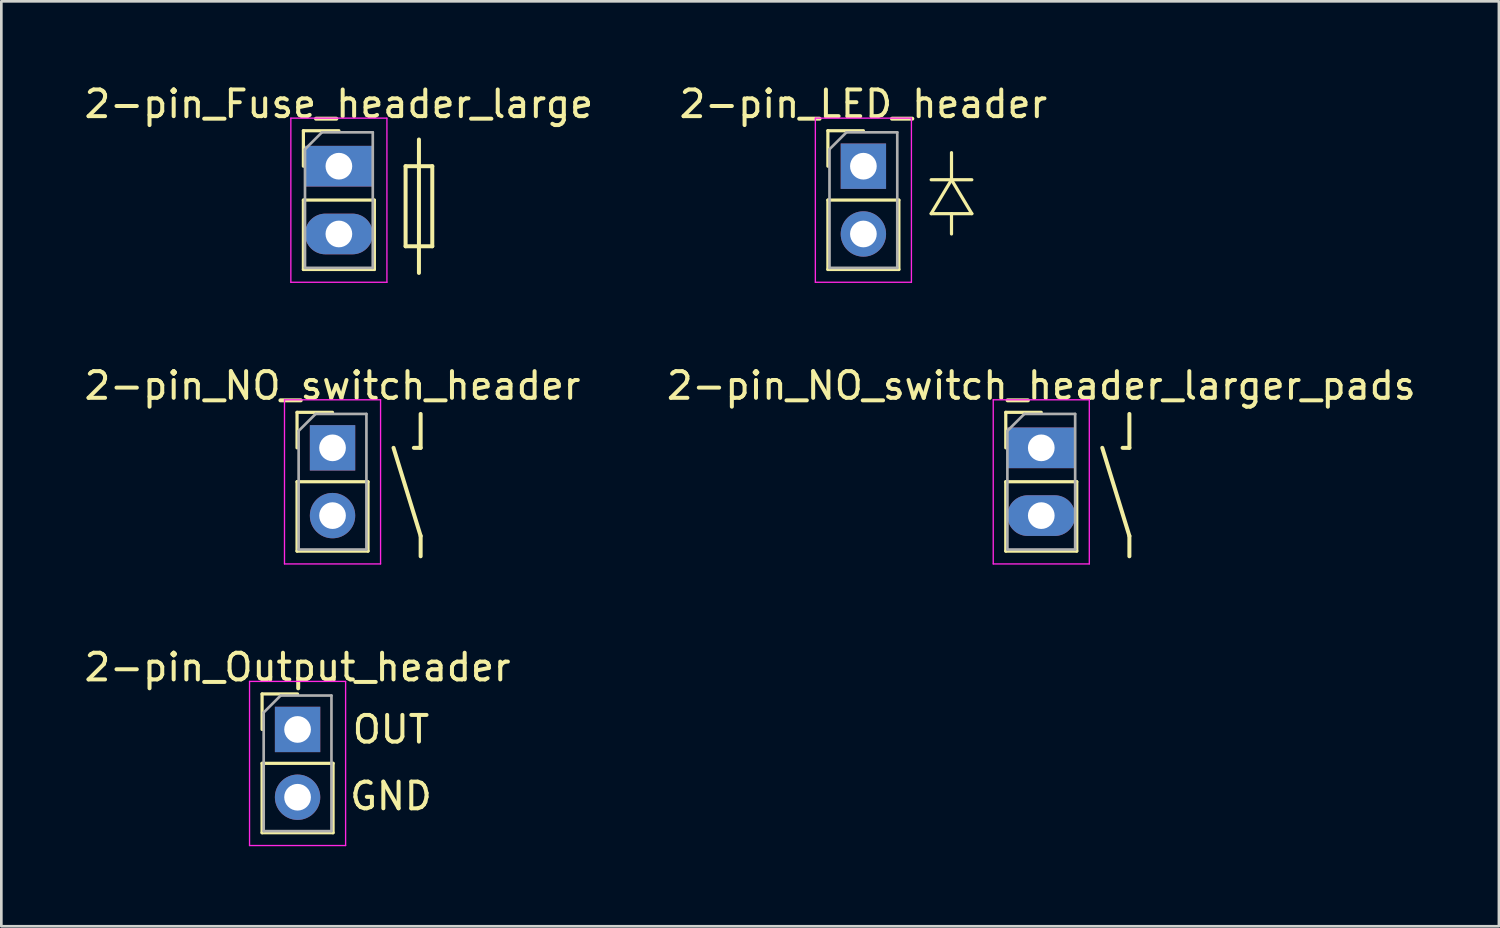
<source format=kicad_pcb>
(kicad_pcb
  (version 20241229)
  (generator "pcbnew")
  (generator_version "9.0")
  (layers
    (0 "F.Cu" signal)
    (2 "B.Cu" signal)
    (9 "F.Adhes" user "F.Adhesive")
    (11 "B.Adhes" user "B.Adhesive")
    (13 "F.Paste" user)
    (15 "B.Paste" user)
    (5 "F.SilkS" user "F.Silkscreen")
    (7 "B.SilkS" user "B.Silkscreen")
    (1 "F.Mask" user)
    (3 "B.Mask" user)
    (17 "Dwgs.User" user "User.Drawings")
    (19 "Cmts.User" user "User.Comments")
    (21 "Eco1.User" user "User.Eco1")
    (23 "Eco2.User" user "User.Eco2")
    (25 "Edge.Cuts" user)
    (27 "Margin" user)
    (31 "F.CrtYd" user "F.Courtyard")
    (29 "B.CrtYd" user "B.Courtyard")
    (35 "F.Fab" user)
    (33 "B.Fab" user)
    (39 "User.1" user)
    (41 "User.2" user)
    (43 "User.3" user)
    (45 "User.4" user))
  (footprint "2-pin_LED_header"
    (layer "F.Cu")
    (at 29.304 3.178)
    (property "Reference" "2-pin_LED_header" (at 0 -2.33 0) (layer "F.SilkS") (effects (font (size 1 1) (thickness 0.15))))
    (attr through_hole)
    (fp_line (start -1.33 -1.33) (end 0 -1.33) (stroke (width 0.12) (type solid)) (layer "F.SilkS"))
    (fp_line (start -1.33 0) (end -1.33 -1.33) (stroke (width 0.12) (type solid)) (layer "F.SilkS"))
    (fp_line (start -1.33 1.27) (end -1.33 3.87) (stroke (width 0.12) (type solid)) (layer "F.SilkS"))
    (fp_line (start -1.33 1.27) (end 1.33 1.27) (stroke (width 0.12) (type solid)) (layer "F.SilkS"))
    (fp_line (start -1.33 3.87) (end 1.33 3.87) (stroke (width 0.12) (type solid)) (layer "F.SilkS"))
    (fp_line (start 1.33 1.27) (end 1.33 3.87) (stroke (width 0.12) (type solid)) (layer "F.SilkS"))
    (fp_line (start 2.54 1.778) (end 3.302 0.508) (stroke (width 0.12) (type solid)) (layer "F.SilkS"))
    (fp_line (start 3.302 0.508) (end 3.302 -0.508) (stroke (width 0.12) (type solid)) (layer "F.SilkS"))
    (fp_line (start 3.302 0.508) (end 4.064 1.778) (stroke (width 0.12) (type solid)) (layer "F.SilkS"))
    (fp_line (start 3.302 1.778) (end 3.302 2.54) (stroke (width 0.12) (type solid)) (layer "F.SilkS"))
    (fp_line (start 4.064 0.508) (end 2.54 0.508) (stroke (width 0.12) (type solid)) (layer "F.SilkS"))
    (fp_line (start 4.064 1.778) (end 2.54 1.778) (stroke (width 0.12) (type solid)) (layer "F.SilkS"))
    (fp_line (start -1.8 -1.8) (end -1.8 4.35) (stroke (width 0.05) (type solid)) (layer "F.CrtYd"))
    (fp_line (start -1.8 4.35) (end 1.8 4.35) (stroke (width 0.05) (type solid)) (layer "F.CrtYd"))
    (fp_line (start 1.8 -1.8) (end -1.8 -1.8) (stroke (width 0.05) (type solid)) (layer "F.CrtYd"))
    (fp_line (start 1.8 4.35) (end 1.8 -1.8) (stroke (width 0.05) (type solid)) (layer "F.CrtYd"))
    (fp_line (start -1.27 -0.635) (end -0.635 -1.27) (stroke (width 0.1) (type solid)) (layer "F.Fab"))
    (fp_line (start -1.27 3.81) (end -1.27 -0.635) (stroke (width 0.1) (type solid)) (layer "F.Fab"))
    (fp_line (start -0.635 -1.27) (end 1.27 -1.27) (stroke (width 0.1) (type solid)) (layer "F.Fab"))
    (fp_line (start 1.27 -1.27) (end 1.27 3.81) (stroke (width 0.1) (type solid)) (layer "F.Fab"))
    (fp_line (start 1.27 3.81) (end -1.27 3.81) (stroke (width 0.1) (type solid)) (layer "F.Fab"))
    (pad "1" thru_hole rect (at 0 0) (size 1.7 1.7) (drill 1) (layers "*.Cu" "*.Mask"))
    (pad "2" thru_hole oval (at 0 2.54) (size 1.7 1.7) (drill 1) (layers "*.Cu" "*.Mask")))
  (footprint "2-pin_Fuse_header_large"
    (layer "F.Cu")
    (at 9.649 3.178)
    (property "Reference" "2-pin_Fuse_header_large" (at 0 -2.33 0) (layer "F.SilkS") (effects (font (size 1 1) (thickness 0.15))))
    (attr through_hole)
    (fp_line (start -1.33 -1.33) (end 0 -1.33) (stroke (width 0.12) (type solid)) (layer "F.SilkS"))
    (fp_line (start -1.33 0) (end -1.33 -1.33) (stroke (width 0.12) (type solid)) (layer "F.SilkS"))
    (fp_line (start -1.33 1.27) (end -1.33 3.87) (stroke (width 0.12) (type solid)) (layer "F.SilkS"))
    (fp_line (start -1.33 1.27) (end 1.33 1.27) (stroke (width 0.12) (type solid)) (layer "F.SilkS"))
    (fp_line (start -1.33 3.87) (end 1.33 3.87) (stroke (width 0.12) (type solid)) (layer "F.SilkS"))
    (fp_line (start 1.33 1.27) (end 1.33 3.87) (stroke (width 0.12) (type solid)) (layer "F.SilkS"))
    (fp_line (start 2.5 0) (end 2.5 3) (stroke (width 0.15) (type solid)) (layer "F.SilkS"))
    (fp_line (start 2.5 3) (end 3.5 3) (stroke (width 0.15) (type solid)) (layer "F.SilkS"))
    (fp_line (start 3 -1) (end 3 4) (stroke (width 0.15) (type solid)) (layer "F.SilkS"))
    (fp_line (start 3.5 0) (end 2.5 0) (stroke (width 0.15) (type solid)) (layer "F.SilkS"))
    (fp_line (start 3.5 3) (end 3.5 0) (stroke (width 0.15) (type solid)) (layer "F.SilkS"))
    (fp_line (start -1.8 -1.8) (end -1.8 4.35) (stroke (width 0.05) (type solid)) (layer "F.CrtYd"))
    (fp_line (start -1.8 4.35) (end 1.8 4.35) (stroke (width 0.05) (type solid)) (layer "F.CrtYd"))
    (fp_line (start 1.8 -1.8) (end -1.8 -1.8) (stroke (width 0.05) (type solid)) (layer "F.CrtYd"))
    (fp_line (start 1.8 4.35) (end 1.8 -1.8) (stroke (width 0.05) (type solid)) (layer "F.CrtYd"))
    (fp_line (start -1.27 -0.635) (end -0.635 -1.27) (stroke (width 0.1) (type solid)) (layer "F.Fab"))
    (fp_line (start -1.27 3.81) (end -1.27 -0.635) (stroke (width 0.1) (type solid)) (layer "F.Fab"))
    (fp_line (start -0.635 -1.27) (end 1.27 -1.27) (stroke (width 0.1) (type solid)) (layer "F.Fab"))
    (fp_line (start 1.27 -1.27) (end 1.27 3.81) (stroke (width 0.1) (type solid)) (layer "F.Fab"))
    (fp_line (start 1.27 3.81) (end -1.27 3.81) (stroke (width 0.1) (type solid)) (layer "F.Fab"))
    (pad "1" thru_hole rect (at 0 0) (size 2.54 1.524) (drill 1) (layers "*.Cu" "*.Mask"))
    (pad "2" thru_hole oval (at 0 2.54) (size 2.54 1.524) (drill 1) (layers "*.Cu" "*.Mask")))
  (footprint "2-pin_NO_switch_header"
    (layer "F.Cu")
    (at 9.411 13.732)
    (property "Reference" "2-pin_NO_switch_header" (at 0 -2.33 0) (layer "F.SilkS") (effects (font (size 1 1) (thickness 0.15))))
    (attr through_hole)
    (fp_line (start -1.33 -1.33) (end 0 -1.33) (stroke (width 0.12) (type solid)) (layer "F.SilkS"))
    (fp_line (start -1.33 0) (end -1.33 -1.33) (stroke (width 0.12) (type solid)) (layer "F.SilkS"))
    (fp_line (start -1.33 1.27) (end -1.33 3.87) (stroke (width 0.12) (type solid)) (layer "F.SilkS"))
    (fp_line (start -1.33 1.27) (end 1.33 1.27) (stroke (width 0.12) (type solid)) (layer "F.SilkS"))
    (fp_line (start -1.33 3.87) (end 1.33 3.87) (stroke (width 0.12) (type solid)) (layer "F.SilkS"))
    (fp_line (start 1.33 1.27) (end 1.33 3.87) (stroke (width 0.12) (type solid)) (layer "F.SilkS"))
    (fp_line (start 3.048 0) (end 3.302 0) (stroke (width 0.15) (type solid)) (layer "F.SilkS"))
    (fp_line (start 3.302 0) (end 3.302 -1.27) (stroke (width 0.15) (type solid)) (layer "F.SilkS"))
    (fp_line (start 3.302 3.302) (end 2.286 0) (stroke (width 0.15) (type solid)) (layer "F.SilkS"))
    (fp_line (start 3.302 4.064) (end 3.302 3.302) (stroke (width 0.15) (type solid)) (layer "F.SilkS"))
    (fp_line (start -1.8 -1.8) (end -1.8 4.35) (stroke (width 0.05) (type solid)) (layer "F.CrtYd"))
    (fp_line (start -1.8 4.35) (end 1.8 4.35) (stroke (width 0.05) (type solid)) (layer "F.CrtYd"))
    (fp_line (start 1.8 -1.8) (end -1.8 -1.8) (stroke (width 0.05) (type solid)) (layer "F.CrtYd"))
    (fp_line (start 1.8 4.35) (end 1.8 -1.8) (stroke (width 0.05) (type solid)) (layer "F.CrtYd"))
    (fp_line (start -1.27 -0.635) (end -0.635 -1.27) (stroke (width 0.1) (type solid)) (layer "F.Fab"))
    (fp_line (start -1.27 3.81) (end -1.27 -0.635) (stroke (width 0.1) (type solid)) (layer "F.Fab"))
    (fp_line (start -0.635 -1.27) (end 1.27 -1.27) (stroke (width 0.1) (type solid)) (layer "F.Fab"))
    (fp_line (start 1.27 -1.27) (end 1.27 3.81) (stroke (width 0.1) (type solid)) (layer "F.Fab"))
    (fp_line (start 1.27 3.81) (end -1.27 3.81) (stroke (width 0.1) (type solid)) (layer "F.Fab"))
    (pad "1" thru_hole rect (at 0 0) (size 1.7 1.7) (drill 1) (layers "*.Cu" "*.Mask"))
    (pad "2" thru_hole oval (at 0 2.54) (size 1.7 1.7) (drill 1) (layers "*.Cu" "*.Mask")))
  (footprint "2-pin_NO_switch_header_larger_pads"
    (layer "F.Cu")
    (at 35.97 13.732)
    (property "Reference" "2-pin_NO_switch_header_larger_pads" (at 0 -2.33 0) (layer "F.SilkS") (effects (font (size 1 1) (thickness 0.15))))
    (attr through_hole)
    (fp_line (start -1.33 -1.33) (end 0 -1.33) (stroke (width 0.12) (type solid)) (layer "F.SilkS"))
    (fp_line (start -1.33 0) (end -1.33 -1.33) (stroke (width 0.12) (type solid)) (layer "F.SilkS"))
    (fp_line (start -1.33 1.27) (end -1.33 3.87) (stroke (width 0.12) (type solid)) (layer "F.SilkS"))
    (fp_line (start -1.33 1.27) (end 1.33 1.27) (stroke (width 0.12) (type solid)) (layer "F.SilkS"))
    (fp_line (start -1.33 3.87) (end 1.33 3.87) (stroke (width 0.12) (type solid)) (layer "F.SilkS"))
    (fp_line (start 1.33 1.27) (end 1.33 3.87) (stroke (width 0.12) (type solid)) (layer "F.SilkS"))
    (fp_line (start 3.048 0) (end 3.302 0) (stroke (width 0.15) (type solid)) (layer "F.SilkS"))
    (fp_line (start 3.302 0) (end 3.302 -1.27) (stroke (width 0.15) (type solid)) (layer "F.SilkS"))
    (fp_line (start 3.302 3.302) (end 2.286 0) (stroke (width 0.15) (type solid)) (layer "F.SilkS"))
    (fp_line (start 3.302 4.064) (end 3.302 3.302) (stroke (width 0.15) (type solid)) (layer "F.SilkS"))
    (fp_line (start -1.8 -1.8) (end -1.8 4.35) (stroke (width 0.05) (type solid)) (layer "F.CrtYd"))
    (fp_line (start -1.8 4.35) (end 1.8 4.35) (stroke (width 0.05) (type solid)) (layer "F.CrtYd"))
    (fp_line (start 1.8 -1.8) (end -1.8 -1.8) (stroke (width 0.05) (type solid)) (layer "F.CrtYd"))
    (fp_line (start 1.8 4.35) (end 1.8 -1.8) (stroke (width 0.05) (type solid)) (layer "F.CrtYd"))
    (fp_line (start -1.27 -0.635) (end -0.635 -1.27) (stroke (width 0.1) (type solid)) (layer "F.Fab"))
    (fp_line (start -1.27 3.81) (end -1.27 -0.635) (stroke (width 0.1) (type solid)) (layer "F.Fab"))
    (fp_line (start -0.635 -1.27) (end 1.27 -1.27) (stroke (width 0.1) (type solid)) (layer "F.Fab"))
    (fp_line (start 1.27 -1.27) (end 1.27 3.81) (stroke (width 0.1) (type solid)) (layer "F.Fab"))
    (fp_line (start 1.27 3.81) (end -1.27 3.81) (stroke (width 0.1) (type solid)) (layer "F.Fab"))
    (pad "1" thru_hole rect (at 0 0) (size 2.54 1.524) (drill 1) (layers "*.Cu" "*.Mask"))
    (pad "2" thru_hole oval (at 0 2.54) (size 2.54 1.524) (drill 1) (layers "*.Cu" "*.Mask")))
  (footprint "2-pin_Output_header"
    (layer "F.Cu")
    (at 8.101 24.285)
    (property "Reference" "2-pin_Output_header" (at 0 -2.33 0) (layer "F.SilkS") (effects (font (size 1 1) (thickness 0.15))))
    (attr through_hole)
    (fp_line (start -1.33 -1.33) (end 0 -1.33) (stroke (width 0.12) (type solid)) (layer "F.SilkS"))
    (fp_line (start -1.33 0) (end -1.33 -1.33) (stroke (width 0.12) (type solid)) (layer "F.SilkS"))
    (fp_line (start -1.33 1.27) (end -1.33 3.87) (stroke (width 0.12) (type solid)) (layer "F.SilkS"))
    (fp_line (start -1.33 1.27) (end 1.33 1.27) (stroke (width 0.12) (type solid)) (layer "F.SilkS"))
    (fp_line (start -1.33 3.87) (end 1.33 3.87) (stroke (width 0.12) (type solid)) (layer "F.SilkS"))
    (fp_line (start 1.33 1.27) (end 1.33 3.87) (stroke (width 0.12) (type solid)) (layer "F.SilkS"))
    (fp_line (start -1.8 -1.8) (end -1.8 4.35) (stroke (width 0.05) (type solid)) (layer "F.CrtYd"))
    (fp_line (start -1.8 4.35) (end 1.8 4.35) (stroke (width 0.05) (type solid)) (layer "F.CrtYd"))
    (fp_line (start 1.8 -1.8) (end -1.8 -1.8) (stroke (width 0.05) (type solid)) (layer "F.CrtYd"))
    (fp_line (start 1.8 4.35) (end 1.8 -1.8) (stroke (width 0.05) (type solid)) (layer "F.CrtYd"))
    (fp_line (start -1.27 -0.635) (end -0.635 -1.27) (stroke (width 0.1) (type solid)) (layer "F.Fab"))
    (fp_line (start -1.27 3.81) (end -1.27 -0.635) (stroke (width 0.1) (type solid)) (layer "F.Fab"))
    (fp_line (start -0.635 -1.27) (end 1.27 -1.27) (stroke (width 0.1) (type solid)) (layer "F.Fab"))
    (fp_line (start 1.27 -1.27) (end 1.27 3.81) (stroke (width 0.1) (type solid)) (layer "F.Fab"))
    (fp_line (start 1.27 3.81) (end -1.27 3.81) (stroke (width 0.1) (type solid)) (layer "F.Fab"))
    (fp_text user "OUT" (at 3.5 0 0) (layer "F.SilkS") (effects (font (size 1 1) (thickness 0.15))))
    (fp_text user "GND" (at 3.5 2.5 0) (layer "F.SilkS") (effects (font (size 1 1) (thickness 0.15))))
    (pad "1" thru_hole rect (at 0 0) (size 1.7 1.7) (drill 1) (layers "*.Cu" "*.Mask"))
    (pad "2" thru_hole oval (at 0 2.54) (size 1.7 1.7) (drill 1) (layers "*.Cu" "*.Mask")))
  (gr_rect
    (start -3 -3)
    (end 53.119 31.66)
    (stroke (width 0.1) (type default))
    (fill no)
    (layer "Edge.Cuts")))
</source>
